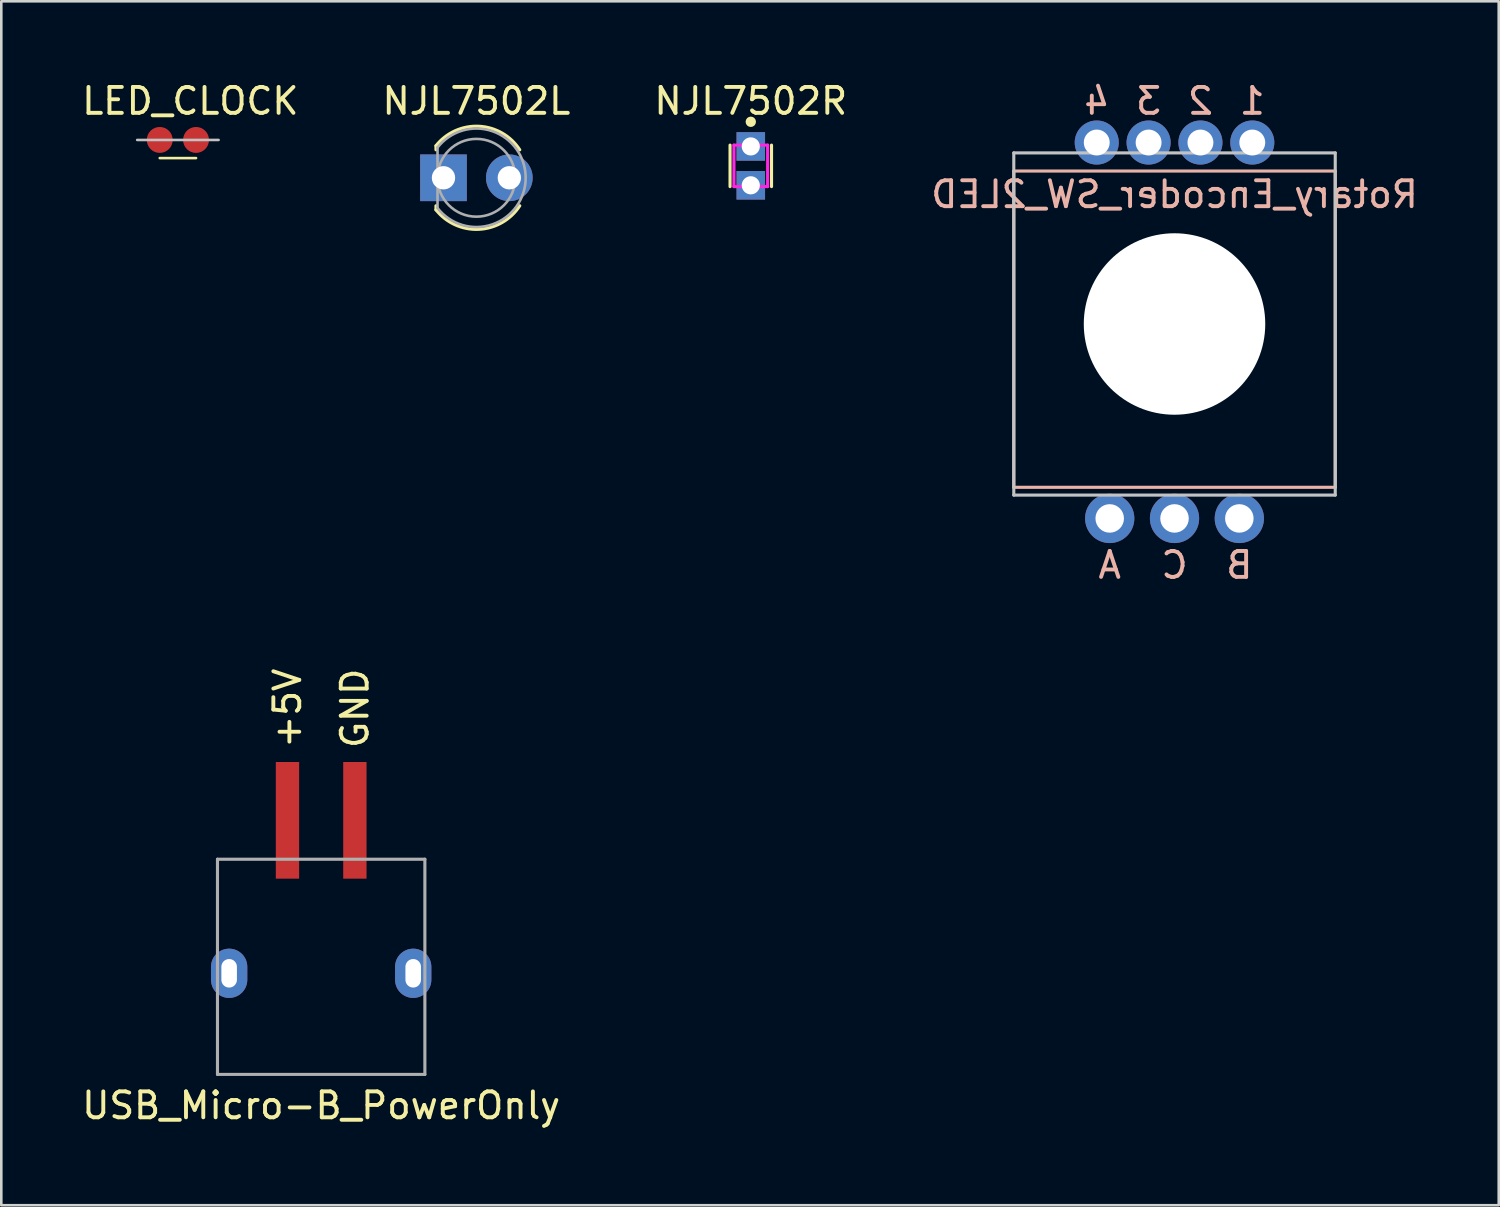
<source format=kicad_pcb>
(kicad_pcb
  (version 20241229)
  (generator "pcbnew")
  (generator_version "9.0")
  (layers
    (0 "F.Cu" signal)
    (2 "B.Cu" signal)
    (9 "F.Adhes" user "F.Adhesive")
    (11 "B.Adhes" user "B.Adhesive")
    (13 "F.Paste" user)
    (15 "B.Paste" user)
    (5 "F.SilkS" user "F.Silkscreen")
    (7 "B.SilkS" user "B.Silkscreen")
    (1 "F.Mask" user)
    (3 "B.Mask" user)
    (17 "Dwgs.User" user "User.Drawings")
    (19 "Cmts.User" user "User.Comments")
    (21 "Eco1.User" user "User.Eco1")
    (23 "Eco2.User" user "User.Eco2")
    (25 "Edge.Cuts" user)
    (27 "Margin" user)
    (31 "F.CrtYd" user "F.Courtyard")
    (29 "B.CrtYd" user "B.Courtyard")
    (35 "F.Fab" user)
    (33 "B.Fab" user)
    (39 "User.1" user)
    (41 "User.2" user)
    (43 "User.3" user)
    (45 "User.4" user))
  (footprint "NJL7502L"
    (layer "F.Cu")
    (at 14.057 3.808)
    (property "Reference" "NJL7502L" (at 1.27 -2.96 0) (layer "F.SilkS") (effects (font (size 1 1) (thickness 0.15))))
    (attr through_hole)
    (fp_line (start -0.29 -1.236) (end -0.29 -1.08) (stroke (width 0.12) (type solid)) (layer "F.SilkS"))
    (fp_line (start -0.29 1.08) (end -0.29 1.236) (stroke (width 0.12) (type solid)) (layer "F.SilkS"))
    (fp_arc (start -0.29 -1.235516) (mid 1.366487 -1.987659) (end 2.942335 -1.078608) (stroke (width 0.12) (type solid)) (layer "F.SilkS"))
    (fp_arc (start 2.942335 1.078608) (mid 1.366487 1.987659) (end -0.29 1.235516) (stroke (width 0.12) (type solid)) (layer "F.SilkS"))
    (fp_line (start -0.23 -1.166) (end -0.23 1.166) (stroke (width 0.1) (type solid)) (layer "F.Fab"))
    (fp_arc (start -0.23 -1.16619) (mid 3.17 0.000452) (end -0.230555 1.165476) (stroke (width 0.1) (type solid)) (layer "F.Fab"))
    (fp_circle (center 1.27 0) (end 2.77 0) (stroke (width 0.1) (type solid)) (fill no) (layer "F.Fab"))
    (pad "1" thru_hole circle (at 2.54 0) (size 1.8 1.8) (drill 0.9) (layers "*.Cu" "*.Mask"))
    (pad "2" thru_hole rect (at 0 0) (size 1.8 1.8) (drill 0.9) (layers "*.Cu" "*.Mask")))
  (footprint "Rotary_Encoder_SW_2LED"
    (layer "F.Cu")
    (at 42.256 9.448)
    (property "Reference" "Rotary_Encoder_SW_2LED" (at 0 -5 0) (layer "B.SilkS") (effects (font (size 1 1) (thickness 0.15)) (justify mirror)))
    (attr through_hole)
    (fp_line (start -6.2 -5.9) (end 6.2 -5.9) (stroke (width 0.12) (type solid)) (layer "B.SilkS"))
    (fp_line (start -6.2 6.3) (end -6.2 -5.9) (stroke (width 0.12) (type solid)) (layer "B.SilkS"))
    (fp_line (start 6.2 -5.9) (end 6.2 6.3) (stroke (width 0.12) (type solid)) (layer "B.SilkS"))
    (fp_line (start 6.2 6.3) (end -6.2 6.3) (stroke (width 0.12) (type solid)) (layer "B.SilkS"))
    (fp_line (start -6.2 -6.6) (end 6.2 -6.6) (stroke (width 0.12) (type solid)) (layer "Dwgs.User"))
    (fp_line (start -6.2 6.6) (end -6.2 -6.6) (stroke (width 0.12) (type solid)) (layer "Dwgs.User"))
    (fp_line (start 6.2 -6.6) (end 6.2 6.6) (stroke (width 0.12) (type solid)) (layer "Dwgs.User"))
    (fp_line (start 6.2 6.6) (end -6.2 6.6) (stroke (width 0.12) (type solid)) (layer "Dwgs.User"))
    (fp_text user "A" (at -2.5 9.3 0) (layer "B.SilkS") (effects (font (size 1 1) (thickness 0.15)) (justify mirror)))
    (fp_text user "4" (at -3 -8.6 0) (layer "B.SilkS") (effects (font (size 1 1) (thickness 0.15)) (justify mirror)))
    (fp_text user "1" (at 3 -8.6 0) (layer "B.SilkS") (effects (font (size 1 1) (thickness 0.15)) (justify mirror)))
    (fp_text user "2" (at 1 -8.6 0) (layer "B.SilkS") (effects (font (size 1 1) (thickness 0.15)) (justify mirror)))
    (fp_text user "C" (at 0 9.3 0) (layer "B.SilkS") (effects (font (size 1 1) (thickness 0.15)) (justify mirror)))
    (fp_text user "3" (at -1 -8.6 0) (layer "B.SilkS") (effects (font (size 1 1) (thickness 0.15)) (justify mirror)))
    (fp_text user "B" (at 2.5 9.3 0) (layer "B.SilkS") (effects (font (size 1 1) (thickness 0.15)) (justify mirror)))
    (pad "" np_thru_hole circle (at 0 0) (size 7 7) (drill 7) (layers "*.Cu" "*.Mask"))
    (pad "1" thru_hole circle (at 3 -7) (size 1.7 1.7) (drill 1) (layers "*.Cu" "*.Mask"))
    (pad "2" thru_hole circle (at 1 -7) (size 1.7 1.7) (drill 1) (layers "*.Cu" "*.Mask"))
    (pad "3" thru_hole circle (at -1 -7) (size 1.7 1.7) (drill 1) (layers "*.Cu" "*.Mask"))
    (pad "4" thru_hole circle (at -3 -7) (size 1.7 1.7) (drill 1) (layers "*.Cu" "*.Mask"))
    (pad "A" thru_hole circle (at -2.5 7.5) (size 1.9 1.9) (drill 1.1) (layers "*.Cu" "*.Mask"))
    (pad "B" thru_hole circle (at 2.5 7.5) (size 1.9 1.9) (drill 1.1) (layers "*.Cu" "*.Mask"))
    (pad "C" thru_hole circle (at 0 7.5) (size 1.9 1.9) (drill 1.1) (layers "*.Cu" "*.Mask")))
  (footprint "NJL7502R"
    (layer "F.Cu")
    (at 25.911 3.348)
    (property "Reference" "NJL7502R" (at 0 -2.5 0) (layer "F.SilkS") (effects (font (size 1 1) (thickness 0.15))))
    (attr through_hole)
    (fp_line (start -0.8 -0.8) (end -0.8 0.8) (stroke (width 0.12) (type solid)) (layer "F.SilkS"))
    (fp_line (start 0.8 -0.8) (end 0.8 0.8) (stroke (width 0.12) (type solid)) (layer "F.SilkS"))
    (fp_circle (center 0 -1.7) (end 0.1 -1.7) (stroke (width 0.2) (type solid)) (fill no) (layer "F.SilkS"))
    (fp_line (start -0.65 -0.8) (end 0.65 -0.8) (stroke (width 0.12) (type solid)) (layer "F.CrtYd"))
    (fp_line (start -0.65 0.8) (end -0.65 -0.8) (stroke (width 0.12) (type solid)) (layer "F.CrtYd"))
    (fp_line (start 0.65 -0.8) (end 0.65 0.8) (stroke (width 0.12) (type solid)) (layer "F.CrtYd"))
    (fp_line (start 0.65 0.8) (end -0.65 0.8) (stroke (width 0.12) (type solid)) (layer "F.CrtYd"))
    (pad "1" thru_hole rect (at 0 -0.75) (size 1.1 1.1) (drill 0.7) (layers "*.Cu" "*.Mask"))
    (pad "2" thru_hole rect (at 0 0.75) (size 1.1 1.1) (drill 0.7) (layers "*.Cu" "*.Mask")))
  (footprint "USB_Micro-B_PowerOnly"
    (layer "F.Cu")
    (at 9.339 28.594)
    (property "Reference" "USB_Micro-B_PowerOnly" (at 0 11 0) (layer "F.SilkS") (effects (font (size 1 1) (thickness 0.15))))
    (attr through_hole)
    (fp_line (start -4 1.5) (end -4 9.8) (stroke (width 0.12) (type solid)) (layer "F.Fab"))
    (fp_line (start -4 9.8) (end 4 9.8) (stroke (width 0.12) (type solid)) (layer "F.Fab"))
    (fp_line (start 4 1.5) (end -4 1.5) (stroke (width 0.12) (type solid)) (layer "F.Fab"))
    (fp_line (start 4 9.8) (end 4 1.5) (stroke (width 0.12) (type solid)) (layer "F.Fab"))
    (fp_text user "+5V" (at -1.3 -2.7 90) (layer "F.SilkS") (effects (font (size 1 1) (thickness 0.15)) (justify left)))
    (fp_text user "GND" (at 1.3 -2.7 90) (layer "F.SilkS") (effects (font (size 1 1) (thickness 0.15)) (justify left)))
    (pad "1" smd rect (at -1.3 0) (size 0.9 4.5) (layers "F.Cu" "F.Mask" "F.Paste"))
    (pad "5" smd rect (at 1.3 0) (size 0.9 4.5) (layers "F.Cu" "F.Mask" "F.Paste"))
    (pad "6" thru_hole oval (at -3.55 5.9) (size 1.4 1.9) (drill oval 0.6 1.1) (layers "*.Cu" "*.Mask"))
    (pad "6" thru_hole oval (at 3.55 5.9) (size 1.4 1.9) (drill oval 0.6 1.1) (layers "*.Cu" "*.Mask")))
  (footprint "LED_CLOCK"
    (layer "F.Cu")
    (at 2.242 2.348)
    (property "Reference" "LED_CLOCK" (at 2.05 -1.5 0) (layer "F.SilkS") (effects (font (size 1 1) (thickness 0.15))))
    (attr through_hole)
    (fp_line (start 0.87 0.7) (end 2.27 0.7) (stroke (width 0.1) (type solid)) (layer "F.SilkS"))
    (fp_line (start 0 0) (end 3.14 0) (stroke (width 0.1) (type solid)) (layer "Dwgs.User"))
    (pad "1" smd circle (at 0.87 0) (size 1 1) (layers "F.Cu" "F.Mask" "F.Paste"))
    (pad "2" smd circle (at 2.27 0) (size 1 1) (layers "F.Cu" "F.Mask" "F.Paste")))
  (gr_rect
    (start -3 -3)
    (end 54.762 43.442)
    (stroke (width 0.1) (type default))
    (fill no)
    (layer "Edge.Cuts")))
</source>
